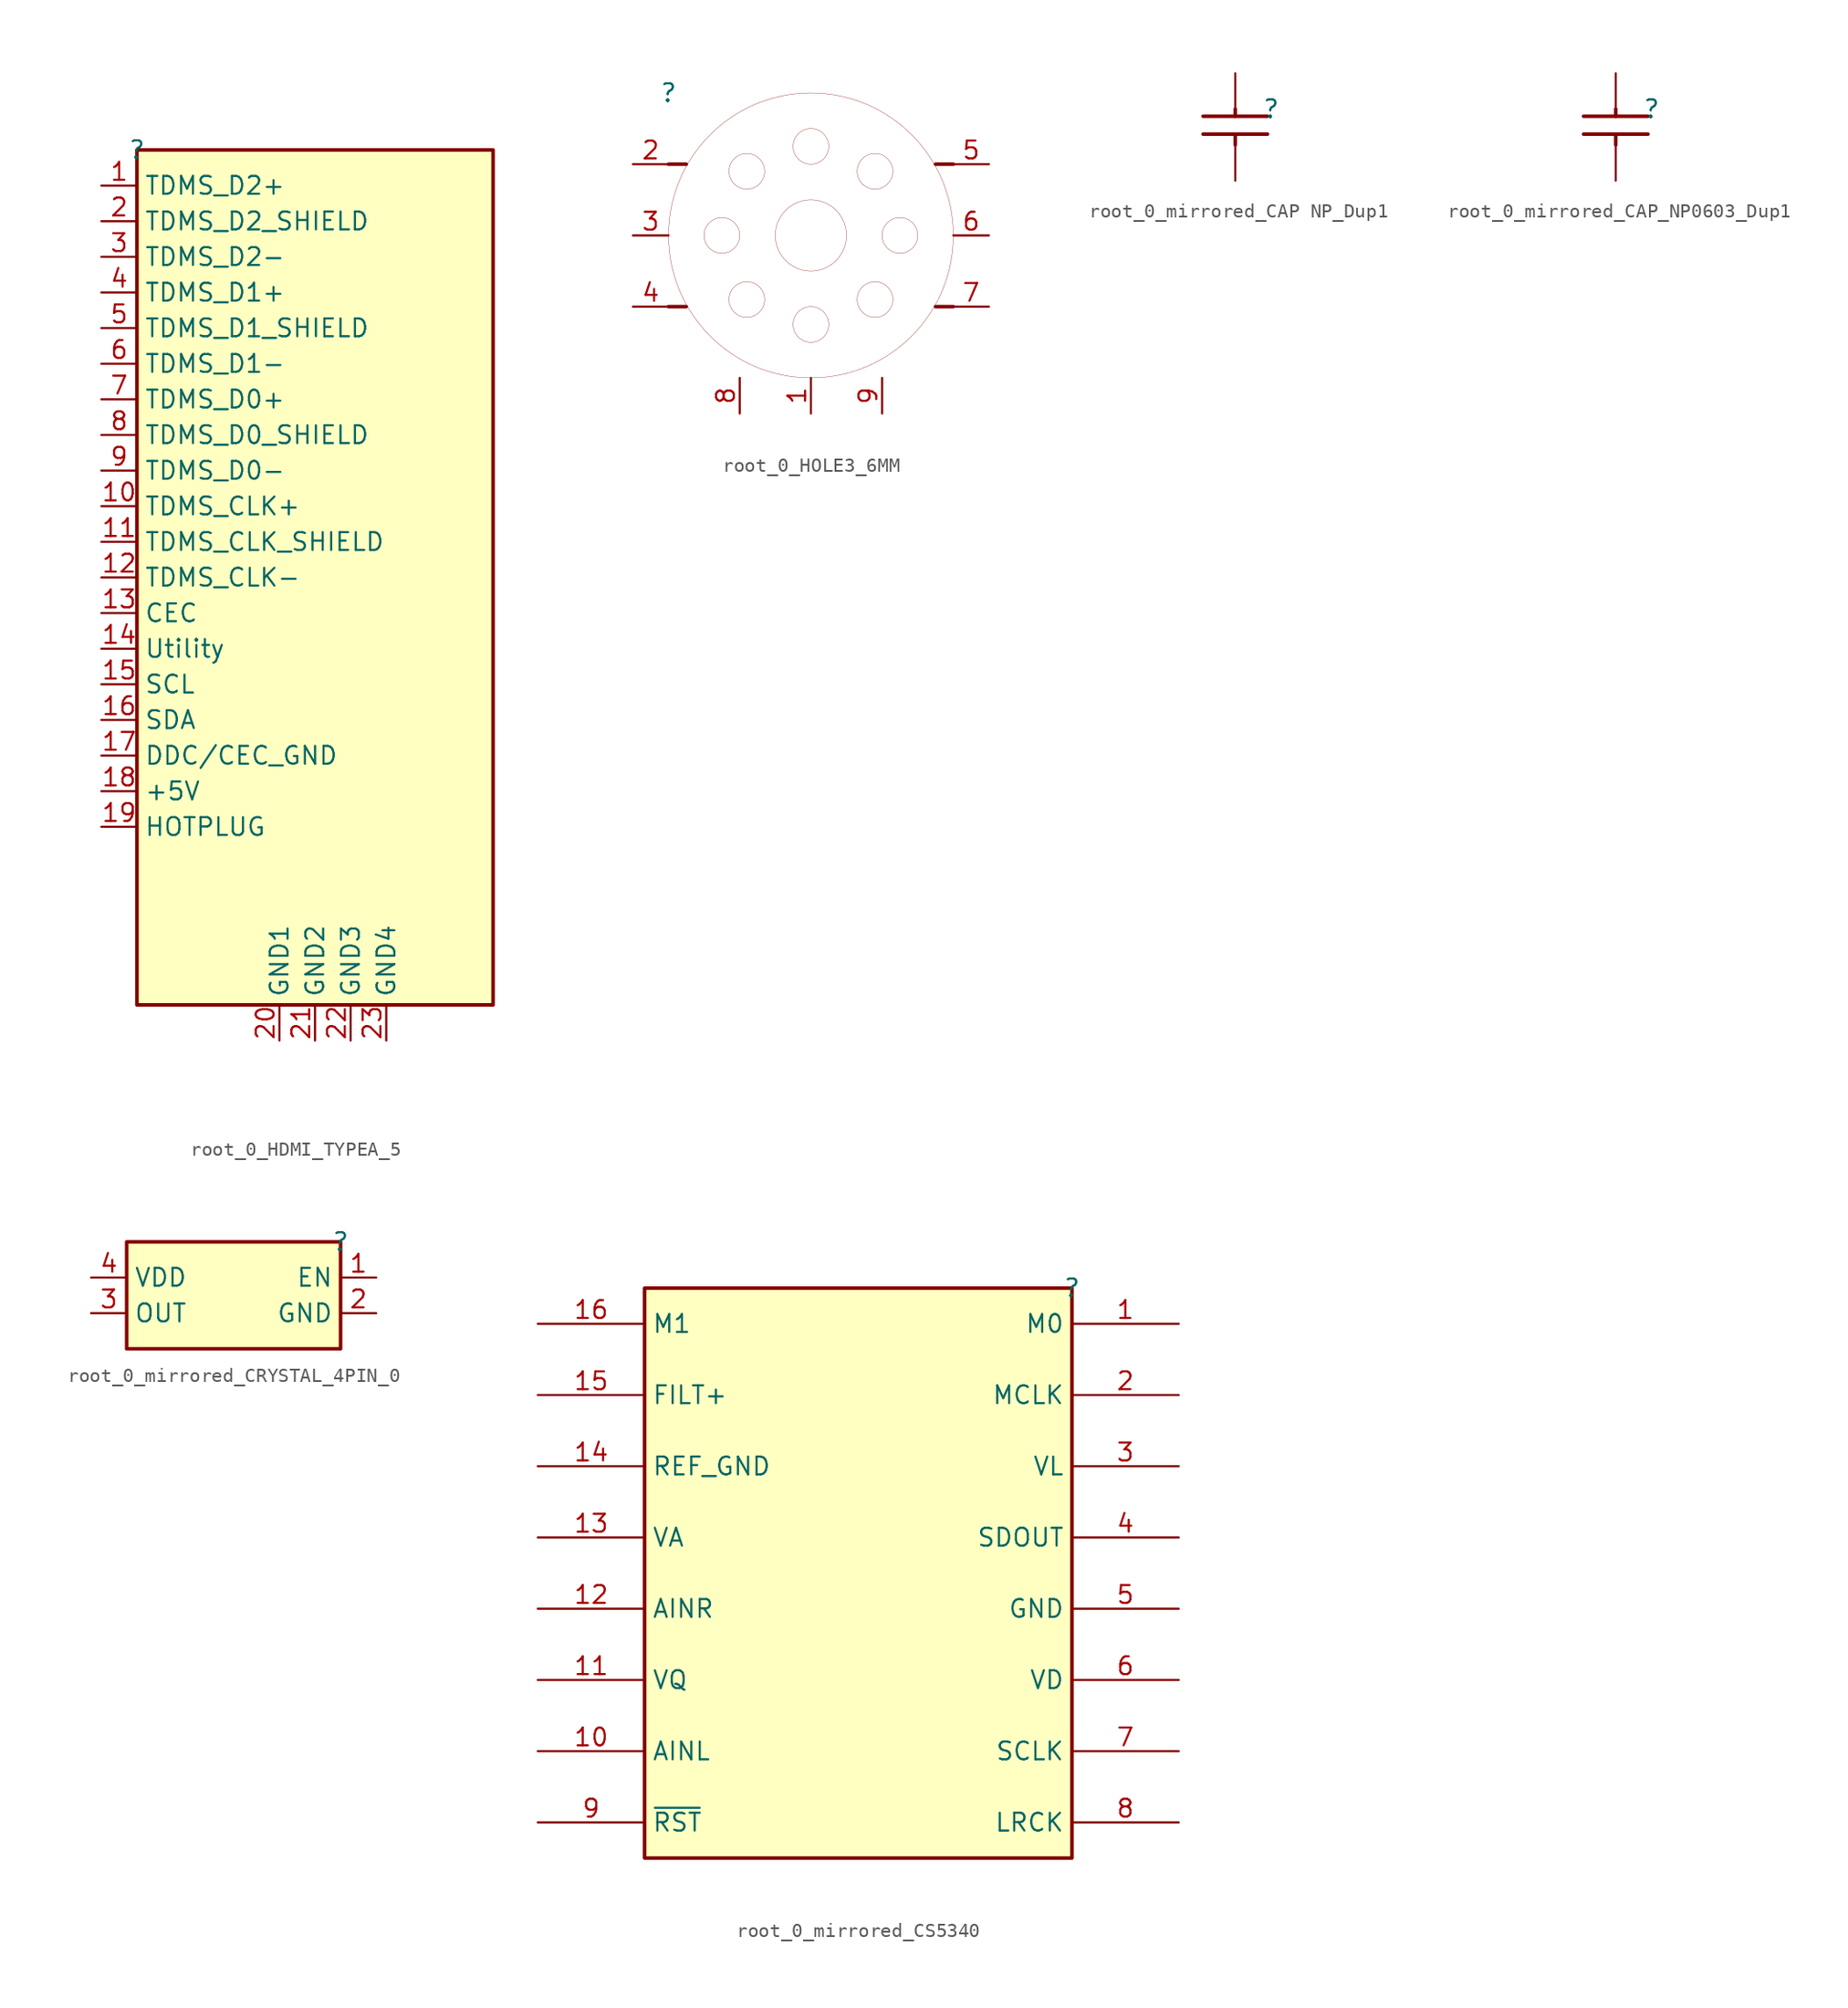
<source format=kicad_sym>
(kicad_symbol_lib
  (version 20220914)
  (generator kicad_symbol_editor)
  (symbol "root_0_HDMI_TYPEA_5"
    (property "Reference" ""
      (at 0 0 0)
      (effects (font (size 1.27 1.27))))
    (property "Value" ""
      (at 0 0 0)
      (effects (font (size 1.27 1.27))))
    (symbol "root_0_HDMI_TYPEA_5_1_0"
      (rectangle (start 25.4 0) (end 0 -60.96) (stroke (width 0.254) (type solid)) (fill (type background)))
      (pin bidirectional line (at -2.54 -2.54 0) (length 2.54) (name "TDMS_D2+" (effects (font (size 1.27 1.27)))) (number "1" (effects (font (size 1.27 1.27)))))
      (pin bidirectional line (at -2.54 -25.4 0) (length 2.54) (name "TDMS_CLK+" (effects (font (size 1.27 1.27)))) (number "10" (effects (font (size 1.27 1.27)))))
      (pin passive line (at -2.54 -27.94 0) (length 2.54) (name "TDMS_CLK_SHIELD" (effects (font (size 1.27 1.27)))) (number "11" (effects (font (size 1.27 1.27)))))
      (pin bidirectional line (at -2.54 -30.48 0) (length 2.54) (name "TDMS_CLK-" (effects (font (size 1.27 1.27)))) (number "12" (effects (font (size 1.27 1.27)))))
      (pin bidirectional line (at -2.54 -33.02 0) (length 2.54) (name "CEC" (effects (font (size 1.27 1.27)))) (number "13" (effects (font (size 1.27 1.27)))))
      (pin passive line (at -2.54 -35.56 0) (length 2.54) (name "Utility" (effects (font (size 1.27 1.27)))) (number "14" (effects (font (size 1.27 1.27)))))
      (pin open_collector line (at -2.54 -38.1 0) (length 2.54) (name "SCL" (effects (font (size 1.27 1.27)))) (number "15" (effects (font (size 1.27 1.27)))))
      (pin open_collector line (at -2.54 -40.64 0) (length 2.54) (name "SDA" (effects (font (size 1.27 1.27)))) (number "16" (effects (font (size 1.27 1.27)))))
      (pin power_in line (at -2.54 -43.18 0) (length 2.54) (name "DDC/CEC_GND" (effects (font (size 1.27 1.27)))) (number "17" (effects (font (size 1.27 1.27)))))
      (pin power_in line (at -2.54 -45.72 0) (length 2.54) (name "+5V" (effects (font (size 1.27 1.27)))) (number "18" (effects (font (size 1.27 1.27)))))
      (pin bidirectional line (at -2.54 -48.26 0) (length 2.54) (name "HOTPLUG" (effects (font (size 1.27 1.27)))) (number "19" (effects (font (size 1.27 1.27)))))
      (pin power_in line (at -2.54 -5.08 0) (length 2.54) (name "TDMS_D2_SHIELD" (effects (font (size 1.27 1.27)))) (number "2" (effects (font (size 1.27 1.27)))))
      (pin power_in line (at 10.16 -63.5 90) (length 2.54) (name "GND1" (effects (font (size 1.27 1.27)))) (number "20" (effects (font (size 1.27 1.27)))))
      (pin power_in line (at 12.7 -63.5 90) (length 2.54) (name "GND2" (effects (font (size 1.27 1.27)))) (number "21" (effects (font (size 1.27 1.27)))))
      (pin power_in line (at 15.24 -63.5 90) (length 2.54) (name "GND3" (effects (font (size 1.27 1.27)))) (number "22" (effects (font (size 1.27 1.27)))))
      (pin power_in line (at 17.78 -63.5 90) (length 2.54) (name "GND4" (effects (font (size 1.27 1.27)))) (number "23" (effects (font (size 1.27 1.27)))))
      (pin bidirectional line (at -2.54 -7.62 0) (length 2.54) (name "TDMS_D2-" (effects (font (size 1.27 1.27)))) (number "3" (effects (font (size 1.27 1.27)))))
      (pin bidirectional line (at -2.54 -10.16 0) (length 2.54) (name "TDMS_D1+" (effects (font (size 1.27 1.27)))) (number "4" (effects (font (size 1.27 1.27)))))
      (pin power_in line (at -2.54 -12.7 0) (length 2.54) (name "TDMS_D1_SHIELD" (effects (font (size 1.27 1.27)))) (number "5" (effects (font (size 1.27 1.27)))))
      (pin bidirectional line (at -2.54 -15.24 0) (length 2.54) (name "TDMS_D1-" (effects (font (size 1.27 1.27)))) (number "6" (effects (font (size 1.27 1.27)))))
      (pin bidirectional line (at -2.54 -17.78 0) (length 2.54) (name "TDMS_D0+" (effects (font (size 1.27 1.27)))) (number "7" (effects (font (size 1.27 1.27)))))
      (pin power_in line (at -2.54 -20.32 0) (length 2.54) (name "TDMS_D0_SHIELD" (effects (font (size 1.27 1.27)))) (number "8" (effects (font (size 1.27 1.27)))))
      (pin bidirectional line (at -2.54 -22.86 0) (length 2.54) (name "TDMS_D0-" (effects (font (size 1.27 1.27)))) (number "9" (effects (font (size 1.27 1.27)))))))
  (symbol "root_0_HOLE3_6MM"
    (property "Reference" ""
      (at 0 0 0)
      (effects (font (size 1.27 1.27))))
    (property "Value" ""
      (at 0 0 0)
      (effects (font (size 1.27 1.27))))
    (symbol "root_0_HOLE3_6MM_1_0"
      (polyline (pts (xy 0 -15.24) (xy 1.27 -15.24)) (stroke (width 0.254) (type solid)) (fill (type none)))
      (polyline (pts (xy 0 -5.08) (xy 1.27 -5.08)) (stroke (width 0.254) (type solid)) (fill (type none)))
      (polyline (pts (xy 20.32 -15.24) (xy 19.05 -15.24)) (stroke (width 0.254) (type solid)) (fill (type none)))
      (polyline (pts (xy 20.32 -5.08) (xy 19.05 -5.08)) (stroke (width 0.254) (type solid)) (fill (type none)))
      (circle (center 3.81 -10.16) (radius 1.27) (stroke (width 0.0001) (type solid)) (fill (type none)))
      (circle (center 5.588 -14.732) (radius 1.27) (stroke (width 0.0001) (type solid)) (fill (type none)))
      (circle (center 5.588 -5.588) (radius 1.27) (stroke (width 0.0001) (type solid)) (fill (type none)))
      (circle (center 10.16 -16.51) (radius 1.27) (stroke (width 0.0001) (type solid)) (fill (type none)))
      (circle (center 10.16 -10.16) (radius 2.54) (stroke (width 0.0001) (type solid)) (fill (type none)))
      (circle (center 10.16 -10.16) (radius 10.16) (stroke (width 0.0001) (type solid)) (fill (type none)))
      (circle (center 10.16 -3.81) (radius 1.27) (stroke (width 0.0001) (type solid)) (fill (type none)))
      (circle (center 14.732 -14.732) (radius 1.27) (stroke (width 0.0001) (type solid)) (fill (type none)))
      (circle (center 14.732 -5.588) (radius 1.27) (stroke (width 0.0001) (type solid)) (fill (type none)))
      (circle (center 16.51 -10.16) (radius 1.27) (stroke (width 0.0001) (type solid)) (fill (type none)))
      (pin power_in line (at 10.16 -22.86 90) (length 2.54) (name "GND" (effects (font (size 0 0)))) (number "1" (effects (font (size 1.27 1.27)))))
      (pin power_in line (at -2.54 -5.08 0) (length 2.54) (name "GND" (effects (font (size 0 0)))) (number "2" (effects (font (size 1.27 1.27)))))
      (pin power_in line (at -2.54 -10.16 0) (length 2.54) (name "GND" (effects (font (size 0 0)))) (number "3" (effects (font (size 1.27 1.27)))))
      (pin power_in line (at -2.54 -15.24 0) (length 2.54) (name "GND" (effects (font (size 0 0)))) (number "4" (effects (font (size 1.27 1.27)))))
      (pin power_in line (at 22.86 -5.08 180) (length 2.54) (name "GND" (effects (font (size 0 0)))) (number "5" (effects (font (size 1.27 1.27)))))
      (pin power_in line (at 22.86 -10.16 180) (length 2.54) (name "GND" (effects (font (size 0 0)))) (number "6" (effects (font (size 1.27 1.27)))))
      (pin power_in line (at 22.86 -15.24 180) (length 2.54) (name "GND" (effects (font (size 0 0)))) (number "7" (effects (font (size 1.27 1.27)))))
      (pin power_in line (at 5.08 -22.86 90) (length 2.54) (name "GND" (effects (font (size 0 0)))) (number "8" (effects (font (size 1.27 1.27)))))
      (pin power_in line (at 15.24 -22.86 90) (length 2.54) (name "GND" (effects (font (size 0 0)))) (number "9" (effects (font (size 1.27 1.27)))))))
  (symbol "root_0_mirrored_CAP NP_Dup1"
    (property "Reference" ""
      (at 0 0 0)
      (effects (font (size 1.27 1.27))))
    (property "Value" ""
      (at 0 0 0)
      (effects (font (size 1.27 1.27))))
    (symbol "root_0_mirrored_CAP NP_Dup1_1_0"
      (polyline (pts (xy -2.54 -2.54) (xy -2.54 -1.778)) (stroke (width 0.254) (type solid)) (fill (type none)))
      (polyline (pts (xy -2.54 0) (xy -2.54 -0.508)) (stroke (width 0.254) (type solid)) (fill (type none)))
      (polyline (pts (xy -0.254 -1.778) (xy -4.826 -1.778)) (stroke (width 0.254) (type solid)) (fill (type none)))
      (polyline (pts (xy -0.254 -0.508) (xy -4.826 -0.508)) (stroke (width 0.254) (type solid)) (fill (type none)))
      (pin passive line (at -2.54 2.54 270) (length 2.54) (name "1" (effects (font (size 0 0)))) (number "1" (effects (font (size 0 0)))))
      (pin passive line (at -2.54 -5.08 90) (length 2.54) (name "2" (effects (font (size 0 0)))) (number "2" (effects (font (size 0 0)))))))
  (symbol "root_0_mirrored_CAP_NP0603_Dup1"
    (property "Reference" ""
      (at 0 0 0)
      (effects (font (size 1.27 1.27))))
    (property "Value" ""
      (at 0 0 0)
      (effects (font (size 1.27 1.27))))
    (symbol "root_0_mirrored_CAP_NP0603_Dup1_1_0"
      (polyline (pts (xy -2.54 -2.54) (xy -2.54 -1.778)) (stroke (width 0.254) (type solid)) (fill (type none)))
      (polyline (pts (xy -2.54 0) (xy -2.54 -0.508)) (stroke (width 0.254) (type solid)) (fill (type none)))
      (polyline (pts (xy -0.254 -1.778) (xy -4.826 -1.778)) (stroke (width 0.254) (type solid)) (fill (type none)))
      (polyline (pts (xy -0.254 -0.508) (xy -4.826 -0.508)) (stroke (width 0.254) (type solid)) (fill (type none)))
      (pin passive line (at -2.54 2.54 270) (length 2.54) (name "1" (effects (font (size 0 0)))) (number "1" (effects (font (size 0 0)))))
      (pin passive line (at -2.54 -5.08 90) (length 2.54) (name "2" (effects (font (size 0 0)))) (number "2" (effects (font (size 0 0)))))))
  (symbol "root_0_mirrored_CRYSTAL_4PIN_0"
    (property "Reference" ""
      (at 0 0 0)
      (effects (font (size 1.27 1.27))))
    (property "Value" ""
      (at 0 0 0)
      (effects (font (size 1.27 1.27))))
    (symbol "root_0_mirrored_CRYSTAL_4PIN_0_1_0"
      (rectangle (start 0 0) (end -15.24 -7.62) (stroke (width 0.254) (type solid)) (fill (type background)))
      (pin input line (at 2.54 -2.54 180) (length 2.54) (name "EN" (effects (font (size 1.27 1.27)))) (number "1" (effects (font (size 1.27 1.27)))))
      (pin power_in line (at 2.54 -5.08 180) (length 2.54) (name "GND" (effects (font (size 1.27 1.27)))) (number "2" (effects (font (size 1.27 1.27)))))
      (pin passive line (at -17.78 -5.08 0) (length 2.54) (name "OUT" (effects (font (size 1.27 1.27)))) (number "3" (effects (font (size 1.27 1.27)))))
      (pin power_in line (at -17.78 -2.54 0) (length 2.54) (name "VDD" (effects (font (size 1.27 1.27)))) (number "4" (effects (font (size 1.27 1.27)))))))
  (symbol "root_0_mirrored_CS5340"
    (property "Reference" ""
      (at 0 0 0)
      (effects (font (size 1.27 1.27))))
    (property "Value" ""
      (at 0 0 0)
      (effects (font (size 1.27 1.27))))
    (symbol "root_0_mirrored_CS5340_1_0"
      (rectangle (start 0 0) (end -30.48 -40.64) (stroke (width 0.254) (type solid)) (fill (type background)))
      (pin input line (at 7.62 -2.54 180) (length 7.62) (name "M0" (effects (font (size 1.27 1.27)))) (number "1" (effects (font (size 1.27 1.27)))))
      (pin input line (at -38.1 -33.02 0) (length 7.62) (name "AINL" (effects (font (size 1.27 1.27)))) (number "10" (effects (font (size 1.27 1.27)))))
      (pin output line (at -38.1 -27.94 0) (length 7.62) (name "VQ" (effects (font (size 1.27 1.27)))) (number "11" (effects (font (size 1.27 1.27)))))
      (pin input line (at -38.1 -22.86 0) (length 7.62) (name "AINR" (effects (font (size 1.27 1.27)))) (number "12" (effects (font (size 1.27 1.27)))))
      (pin power_in line (at -38.1 -17.78 0) (length 7.62) (name "VA" (effects (font (size 1.27 1.27)))) (number "13" (effects (font (size 1.27 1.27)))))
      (pin power_in line (at -38.1 -12.7 0) (length 7.62) (name "REF_GND" (effects (font (size 1.27 1.27)))) (number "14" (effects (font (size 1.27 1.27)))))
      (pin output line (at -38.1 -7.62 0) (length 7.62) (name "FILT+" (effects (font (size 1.27 1.27)))) (number "15" (effects (font (size 1.27 1.27)))))
      (pin input line (at -38.1 -2.54 0) (length 7.62) (name "M1" (effects (font (size 1.27 1.27)))) (number "16" (effects (font (size 1.27 1.27)))))
      (pin input line (at 7.62 -7.62 180) (length 7.62) (name "MCLK" (effects (font (size 1.27 1.27)))) (number "2" (effects (font (size 1.27 1.27)))))
      (pin input line (at 7.62 -12.7 180) (length 7.62) (name "VL" (effects (font (size 1.27 1.27)))) (number "3" (effects (font (size 1.27 1.27)))))
      (pin output line (at 7.62 -17.78 180) (length 7.62) (name "SDOUT" (effects (font (size 1.27 1.27)))) (number "4" (effects (font (size 1.27 1.27)))))
      (pin power_in line (at 7.62 -22.86 180) (length 7.62) (name "GND" (effects (font (size 1.27 1.27)))) (number "5" (effects (font (size 1.27 1.27)))))
      (pin power_in line (at 7.62 -27.94 180) (length 7.62) (name "VD" (effects (font (size 1.27 1.27)))) (number "6" (effects (font (size 1.27 1.27)))))
      (pin bidirectional line (at 7.62 -33.02 180) (length 7.62) (name "SCLK" (effects (font (size 1.27 1.27)))) (number "7" (effects (font (size 1.27 1.27)))))
      (pin bidirectional line (at 7.62 -38.1 180) (length 7.62) (name "LRCK" (effects (font (size 1.27 1.27)))) (number "8" (effects (font (size 1.27 1.27)))))
      (pin input line (at -38.1 -38.1 0) (length 7.62) (name "~{RST}" (effects (font (size 1.27 1.27)))) (number "9" (effects (font (size 1.27 1.27))))))))
</source>
